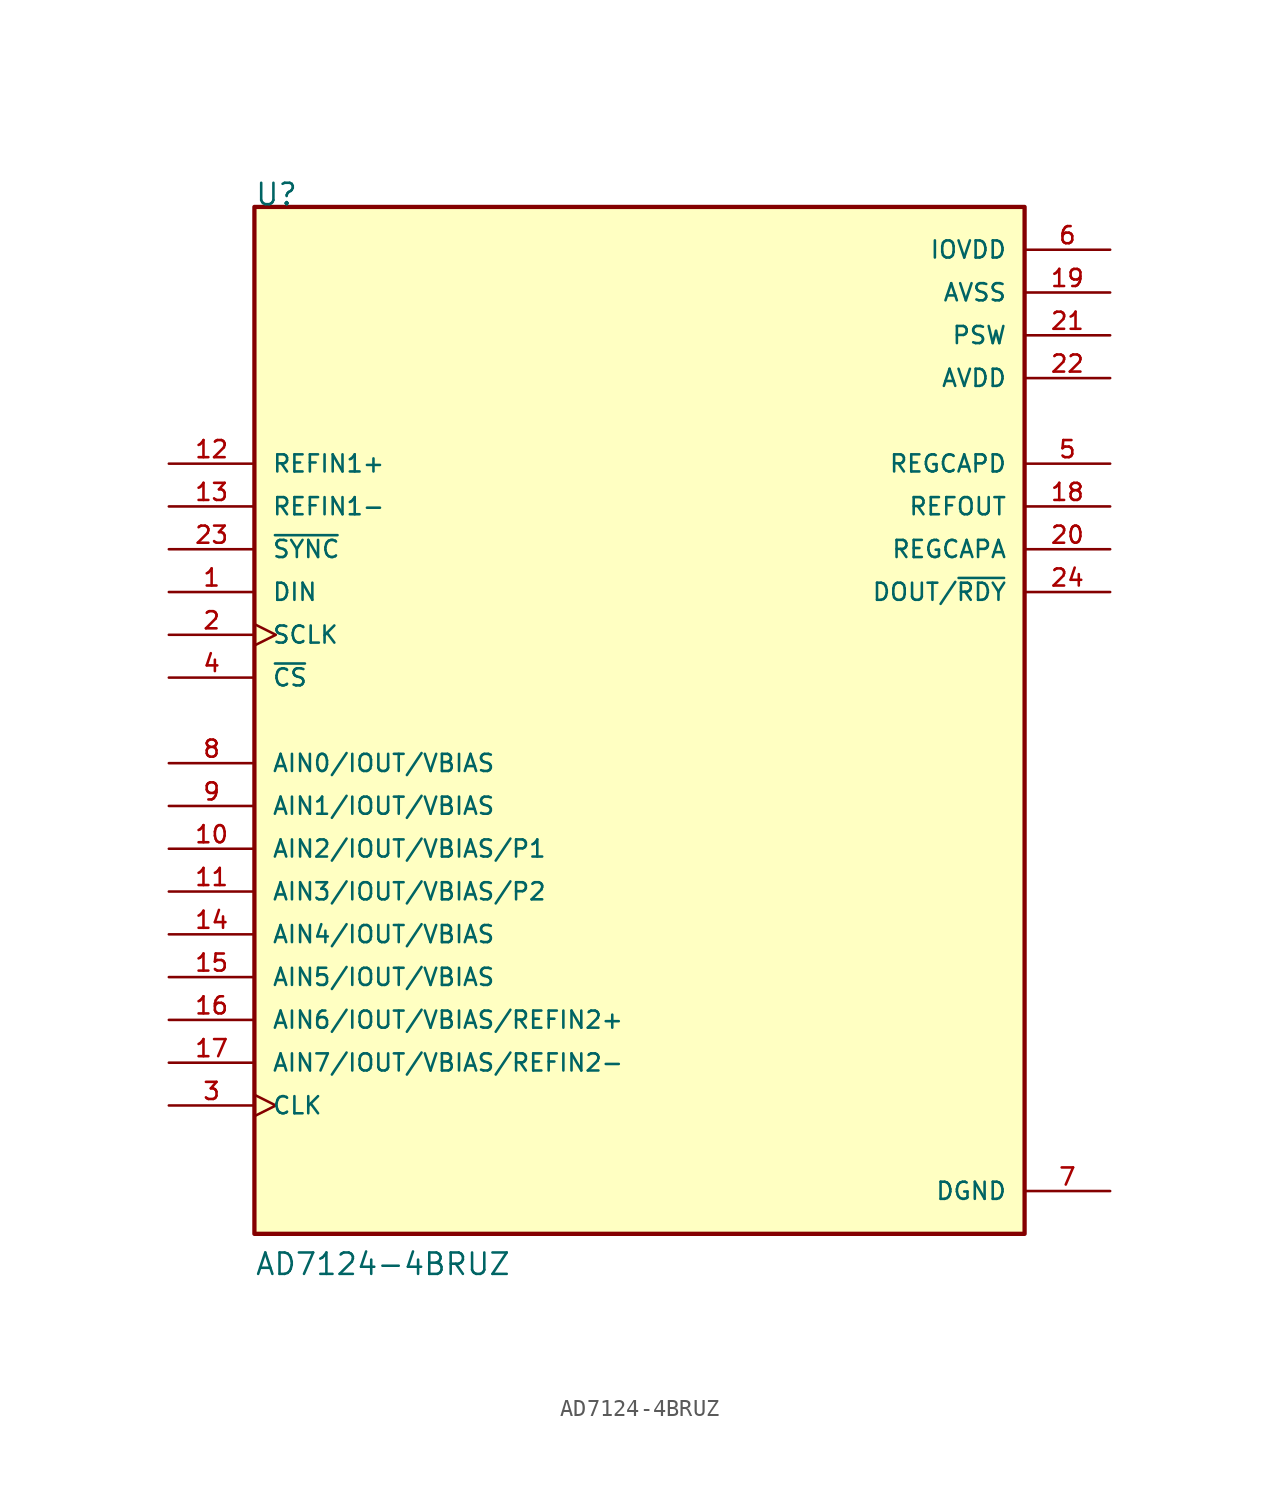
<source format=kicad_sym>
(kicad_symbol_lib
  (version 20211014)
  (generator kicad_symbol_editor)
  (symbol "AD7124-4BRUZ"
    (pin_names
      (offset 1.016))
    (property "Reference" "U"
      (at -22.86 30.48 0)
      (effects (font (size 1.27 1.27)) (justify bottom left)))
    (property "Value" "AD7124-4BRUZ"
      (at -22.86 -33.02 0)
      (effects (font (size 1.27 1.27)) (justify bottom left)))
    (symbol "AD7124-4BRUZ_0_0"
      (rectangle (start -22.86 -30.48) (end 22.86 30.48) (stroke (width 0.254)) (fill (type background)))
      (pin output line (at 27.94 15.24 180.0) (length 5.08) (name "REGCAPD" (effects (font (size 1.016 1.016)))) (number "5" (effects (font (size 1.016 1.016)))))
      (pin power_in line (at 27.94 27.94 180.0) (length 5.08) (name "IOVDD" (effects (font (size 1.016 1.016)))) (number "6" (effects (font (size 1.016 1.016)))))
      (pin power_in line (at 27.94 -27.94 180.0) (length 5.08) (name "DGND" (effects (font (size 1.016 1.016)))) (number "7" (effects (font (size 1.016 1.016)))))
      (pin bidirectional line (at -27.94 -2.54 0) (length 5.08) (name "AIN0/IOUT/VBIAS" (effects (font (size 1.016 1.016)))) (number "8" (effects (font (size 1.016 1.016)))))
      (pin bidirectional line (at -27.94 -5.08 0) (length 5.08) (name "AIN1/IOUT/VBIAS" (effects (font (size 1.016 1.016)))) (number "9" (effects (font (size 1.016 1.016)))))
      (pin bidirectional line (at -27.94 -7.62 0) (length 5.08) (name "AIN2/IOUT/VBIAS/P1" (effects (font (size 1.016 1.016)))) (number "10" (effects (font (size 1.016 1.016)))))
      (pin bidirectional line (at -27.94 -10.16 0) (length 5.08) (name "AIN3/IOUT/VBIAS/P2" (effects (font (size 1.016 1.016)))) (number "11" (effects (font (size 1.016 1.016)))))
      (pin input line (at -27.94 15.24 0) (length 5.08) (name "REFIN1+" (effects (font (size 1.016 1.016)))) (number "12" (effects (font (size 1.016 1.016)))))
      (pin input line (at -27.94 12.7 0) (length 5.08) (name "REFIN1-" (effects (font (size 1.016 1.016)))) (number "13" (effects (font (size 1.016 1.016)))))
      (pin bidirectional line (at -27.94 -12.7 0) (length 5.08) (name "AIN4/IOUT/VBIAS" (effects (font (size 1.016 1.016)))) (number "14" (effects (font (size 1.016 1.016)))))
      (pin bidirectional line (at -27.94 -15.24 0) (length 5.08) (name "AIN5/IOUT/VBIAS" (effects (font (size 1.016 1.016)))) (number "15" (effects (font (size 1.016 1.016)))))
      (pin bidirectional line (at -27.94 -17.78 0) (length 5.08) (name "AIN6/IOUT/VBIAS/REFIN2+" (effects (font (size 1.016 1.016)))) (number "16" (effects (font (size 1.016 1.016)))))
      (pin bidirectional line (at -27.94 -20.32 0) (length 5.08) (name "AIN7/IOUT/VBIAS/REFIN2-" (effects (font (size 1.016 1.016)))) (number "17" (effects (font (size 1.016 1.016)))))
      (pin output line (at 27.94 12.7 180.0) (length 5.08) (name "REFOUT" (effects (font (size 1.016 1.016)))) (number "18" (effects (font (size 1.016 1.016)))))
      (pin power_in line (at 27.94 25.4 180.0) (length 5.08) (name "AVSS" (effects (font (size 1.016 1.016)))) (number "19" (effects (font (size 1.016 1.016)))))
      (pin output line (at 27.94 10.16 180.0) (length 5.08) (name "REGCAPA" (effects (font (size 1.016 1.016)))) (number "20" (effects (font (size 1.016 1.016)))))
      (pin power_in line (at 27.94 22.86 180.0) (length 5.08) (name "PSW" (effects (font (size 1.016 1.016)))) (number "21" (effects (font (size 1.016 1.016)))))
      (pin input line (at -27.94 10.16 0) (length 5.08) (name "~{SYNC}" (effects (font (size 1.016 1.016)))) (number "23" (effects (font (size 1.016 1.016)))))
      (pin power_in line (at 27.94 20.32 180.0) (length 5.08) (name "AVDD" (effects (font (size 1.016 1.016)))) (number "22" (effects (font (size 1.016 1.016)))))
      (pin output line (at 27.94 7.62 180.0) (length 5.08) (name "DOUT/~{RDY}" (effects (font (size 1.016 1.016)))) (number "24" (effects (font (size 1.016 1.016)))))
      (pin input line (at -27.94 7.62 0) (length 5.08) (name "DIN" (effects (font (size 1.016 1.016)))) (number "1" (effects (font (size 1.016 1.016)))))
      (pin input clock (at -27.94 5.08 0) (length 5.08) (name "SCLK" (effects (font (size 1.016 1.016)))) (number "2" (effects (font (size 1.016 1.016)))))
      (pin bidirectional clock (at -27.94 -22.86 0) (length 5.08) (name "CLK" (effects (font (size 1.016 1.016)))) (number "3" (effects (font (size 1.016 1.016)))))
      (pin input line (at -27.94 2.54 0) (length 5.08) (name "~{CS}" (effects (font (size 1.016 1.016)))) (number "4" (effects (font (size 1.016 1.016))))))))
</source>
